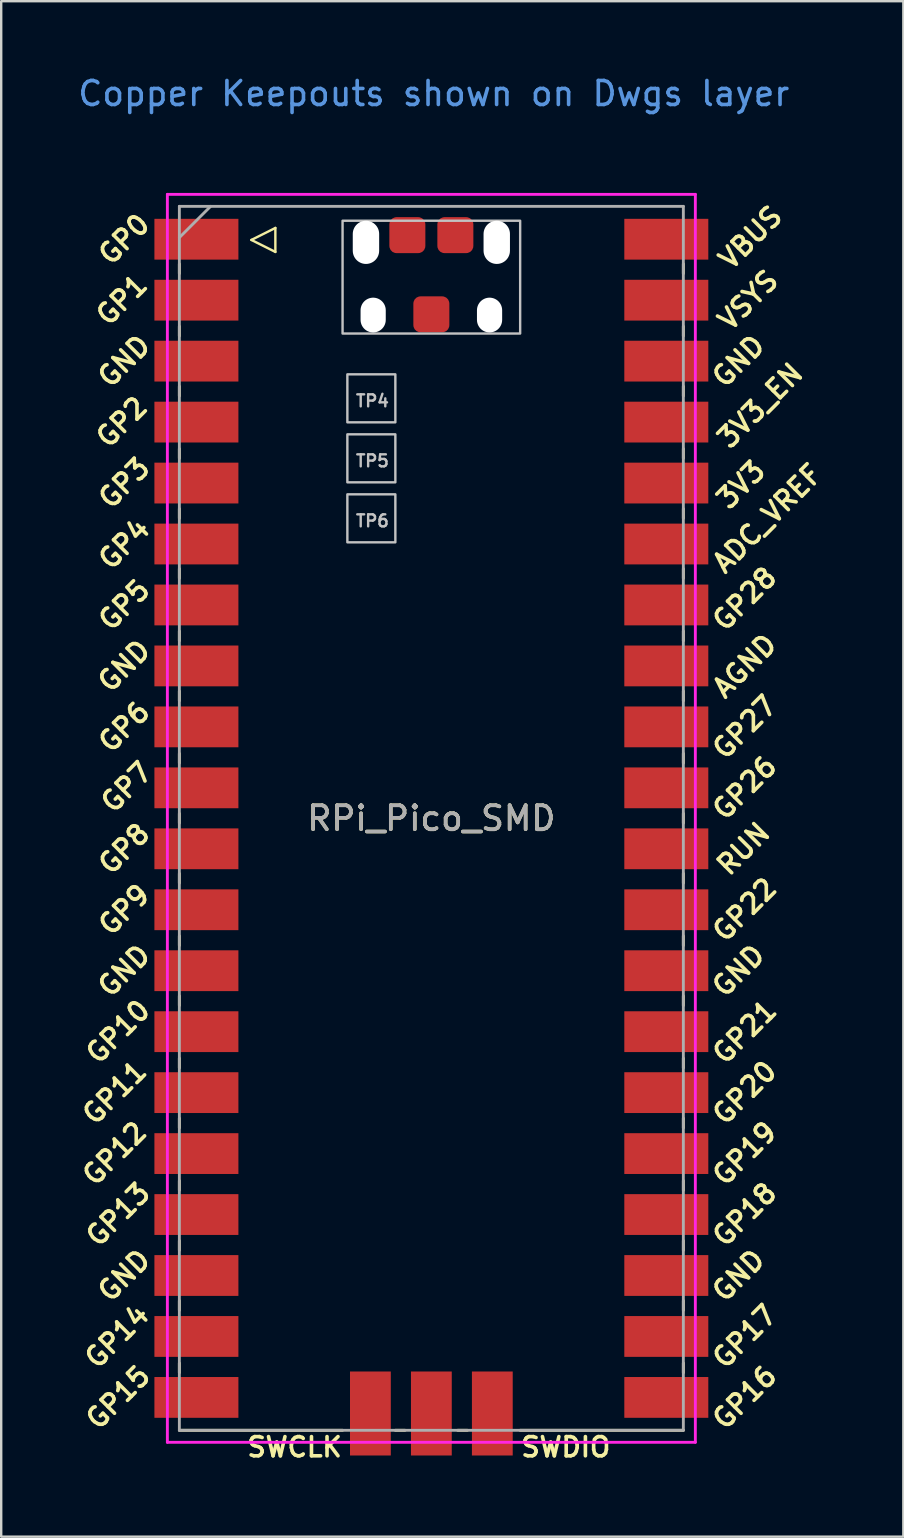
<source format=kicad_pcb>
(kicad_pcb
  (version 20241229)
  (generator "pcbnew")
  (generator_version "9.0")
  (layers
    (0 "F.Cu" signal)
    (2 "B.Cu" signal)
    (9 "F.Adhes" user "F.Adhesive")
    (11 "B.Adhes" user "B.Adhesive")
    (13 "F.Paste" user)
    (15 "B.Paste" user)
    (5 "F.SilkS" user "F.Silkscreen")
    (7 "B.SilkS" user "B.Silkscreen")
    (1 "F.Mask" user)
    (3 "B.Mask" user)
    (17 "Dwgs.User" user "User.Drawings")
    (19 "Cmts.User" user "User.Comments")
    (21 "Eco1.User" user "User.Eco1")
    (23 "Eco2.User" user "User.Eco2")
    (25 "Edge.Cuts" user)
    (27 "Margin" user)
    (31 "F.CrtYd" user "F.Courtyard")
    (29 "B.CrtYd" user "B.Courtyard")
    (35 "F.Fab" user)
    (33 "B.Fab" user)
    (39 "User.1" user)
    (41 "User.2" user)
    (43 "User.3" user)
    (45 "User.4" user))
  (footprint "RPi_Pico_SMD"
    (layer "F.Cu")
    (at 14.924 31.048)
    (property "Reference" "RPi_Pico_SMD" (at 0 0 0) (layer "F.SilkS") (effects (font (size 1 1) (thickness 0.15))))
    (fp_line (start -10.5 -23.1) (end -10.5 -22.7) (stroke (width 0.12) (type solid)) (layer "F.SilkS"))
    (fp_line (start -10.5 -20.5) (end -10.5 -20.1) (stroke (width 0.12) (type solid)) (layer "F.SilkS"))
    (fp_line (start -10.5 -18) (end -10.5 -17.6) (stroke (width 0.12) (type solid)) (layer "F.SilkS"))
    (fp_line (start -10.5 -15.4) (end -10.5 -15) (stroke (width 0.12) (type solid)) (layer "F.SilkS"))
    (fp_line (start -10.5 -12.9) (end -10.5 -12.5) (stroke (width 0.12) (type solid)) (layer "F.SilkS"))
    (fp_line (start -10.5 -10.4) (end -10.5 -10) (stroke (width 0.12) (type solid)) (layer "F.SilkS"))
    (fp_line (start -10.5 -7.8) (end -10.5 -7.4) (stroke (width 0.12) (type solid)) (layer "F.SilkS"))
    (fp_line (start -10.5 -5.3) (end -10.5 -4.9) (stroke (width 0.12) (type solid)) (layer "F.SilkS"))
    (fp_line (start -10.5 -2.7) (end -10.5 -2.3) (stroke (width 0.12) (type solid)) (layer "F.SilkS"))
    (fp_line (start -10.5 -0.2) (end -10.5 0.2) (stroke (width 0.12) (type solid)) (layer "F.SilkS"))
    (fp_line (start -10.5 2.3) (end -10.5 2.7) (stroke (width 0.12) (type solid)) (layer "F.SilkS"))
    (fp_line (start -10.5 4.9) (end -10.5 5.3) (stroke (width 0.12) (type solid)) (layer "F.SilkS"))
    (fp_line (start -10.5 7.4) (end -10.5 7.8) (stroke (width 0.12) (type solid)) (layer "F.SilkS"))
    (fp_line (start -10.5 10) (end -10.5 10.4) (stroke (width 0.12) (type solid)) (layer "F.SilkS"))
    (fp_line (start -10.5 12.5) (end -10.5 12.9) (stroke (width 0.12) (type solid)) (layer "F.SilkS"))
    (fp_line (start -10.5 15.1) (end -10.5 15.5) (stroke (width 0.12) (type solid)) (layer "F.SilkS"))
    (fp_line (start -10.5 17.6) (end -10.5 18) (stroke (width 0.12) (type solid)) (layer "F.SilkS"))
    (fp_line (start -10.5 20.1) (end -10.5 20.5) (stroke (width 0.12) (type solid)) (layer "F.SilkS"))
    (fp_line (start -10.5 22.7) (end -10.5 23.1) (stroke (width 0.12) (type solid)) (layer "F.SilkS"))
    (fp_line (start -7.5 -24.1) (end -6.5 -23.6) (stroke (width 0.1) (type default)) (layer "F.SilkS"))
    (fp_line (start -6.5 -24.6) (end -7.5 -24.1) (stroke (width 0.1) (type default)) (layer "F.SilkS"))
    (fp_line (start -6.5 -23.6) (end -6.5 -24.6) (stroke (width 0.1) (type default)) (layer "F.SilkS"))
    (fp_line (start -3.7 25.5) (end -10.5 25.5) (stroke (width 0.12) (type solid)) (layer "F.SilkS"))
    (fp_line (start -1.5 25.5) (end -1.1 25.5) (stroke (width 0.12) (type solid)) (layer "F.SilkS"))
    (fp_line (start 1.1 25.5) (end 1.5 25.5) (stroke (width 0.12) (type solid)) (layer "F.SilkS"))
    (fp_line (start 10.5 -23.1) (end 10.5 -22.7) (stroke (width 0.12) (type solid)) (layer "F.SilkS"))
    (fp_line (start 10.5 -20.5) (end 10.5 -20.1) (stroke (width 0.12) (type solid)) (layer "F.SilkS"))
    (fp_line (start 10.5 -18) (end 10.5 -17.6) (stroke (width 0.12) (type solid)) (layer "F.SilkS"))
    (fp_line (start 10.5 -15.4) (end 10.5 -15) (stroke (width 0.12) (type solid)) (layer "F.SilkS"))
    (fp_line (start 10.5 -12.9) (end 10.5 -12.5) (stroke (width 0.12) (type solid)) (layer "F.SilkS"))
    (fp_line (start 10.5 -10.4) (end 10.5 -10) (stroke (width 0.12) (type solid)) (layer "F.SilkS"))
    (fp_line (start 10.5 -7.8) (end 10.5 -7.4) (stroke (width 0.12) (type solid)) (layer "F.SilkS"))
    (fp_line (start 10.5 -5.3) (end 10.5 -4.9) (stroke (width 0.12) (type solid)) (layer "F.SilkS"))
    (fp_line (start 10.5 -2.7) (end 10.5 -2.3) (stroke (width 0.12) (type solid)) (layer "F.SilkS"))
    (fp_line (start 10.5 -0.2) (end 10.5 0.2) (stroke (width 0.12) (type solid)) (layer "F.SilkS"))
    (fp_line (start 10.5 2.3) (end 10.5 2.7) (stroke (width 0.12) (type solid)) (layer "F.SilkS"))
    (fp_line (start 10.5 4.9) (end 10.5 5.3) (stroke (width 0.12) (type solid)) (layer "F.SilkS"))
    (fp_line (start 10.5 7.4) (end 10.5 7.8) (stroke (width 0.12) (type solid)) (layer "F.SilkS"))
    (fp_line (start 10.5 10) (end 10.5 10.4) (stroke (width 0.12) (type solid)) (layer "F.SilkS"))
    (fp_line (start 10.5 12.5) (end 10.5 12.9) (stroke (width 0.12) (type solid)) (layer "F.SilkS"))
    (fp_line (start 10.5 15.1) (end 10.5 15.5) (stroke (width 0.12) (type solid)) (layer "F.SilkS"))
    (fp_line (start 10.5 17.6) (end 10.5 18) (stroke (width 0.12) (type solid)) (layer "F.SilkS"))
    (fp_line (start 10.5 20.1) (end 10.5 20.5) (stroke (width 0.12) (type solid)) (layer "F.SilkS"))
    (fp_line (start 10.5 22.7) (end 10.5 23.1) (stroke (width 0.12) (type solid)) (layer "F.SilkS"))
    (fp_line (start 10.5 25.5) (end 3.7 25.5) (stroke (width 0.12) (type solid)) (layer "F.SilkS"))
    (fp_poly (pts (xy -1.5 -16.5) (xy -3.5 -16.5) (xy -3.5 -18.5) (xy -1.5 -18.5)) (stroke (width 0.1) (type solid)) (fill no) (layer "Dwgs.User"))
    (fp_poly (pts (xy -1.5 -14) (xy -3.5 -14) (xy -3.5 -16) (xy -1.5 -16)) (stroke (width 0.1) (type solid)) (fill no) (layer "Dwgs.User"))
    (fp_poly (pts (xy -1.5 -11.5) (xy -3.5 -11.5) (xy -3.5 -13.5) (xy -1.5 -13.5)) (stroke (width 0.1) (type solid)) (fill no) (layer "Dwgs.User"))
    (fp_poly (pts (xy 3.7 -20.2) (xy -3.7 -20.2) (xy -3.7 -24.9) (xy 3.7 -24.9)) (stroke (width 0.1) (type solid)) (fill no) (layer "Dwgs.User"))
    (fp_line (start -11 -26) (end 11 -26) (stroke (width 0.12) (type solid)) (layer "F.CrtYd"))
    (fp_line (start -11 26) (end -11 -26) (stroke (width 0.12) (type solid)) (layer "F.CrtYd"))
    (fp_line (start 11 -26) (end 11 26) (stroke (width 0.12) (type solid)) (layer "F.CrtYd"))
    (fp_line (start 11 26) (end -11 26) (stroke (width 0.12) (type solid)) (layer "F.CrtYd"))
    (fp_line (start -10.5 -25.5) (end 10.5 -25.5) (stroke (width 0.12) (type solid)) (layer "F.Fab"))
    (fp_line (start -10.5 -24.2) (end -9.2 -25.5) (stroke (width 0.12) (type solid)) (layer "F.Fab"))
    (fp_line (start -10.5 25.5) (end -10.5 -25.5) (stroke (width 0.12) (type solid)) (layer "F.Fab"))
    (fp_line (start 10.5 -25.5) (end 10.5 25.5) (stroke (width 0.12) (type solid)) (layer "F.Fab"))
    (fp_line (start 10.5 25.5) (end -10.5 25.5) (stroke (width 0.12) (type solid)) (layer "F.Fab"))
    (fp_text user "GP10" (at -13.054 8.89 45) (layer "F.SilkS") (effects (font (size 0.8 0.8) (thickness 0.15))))
    (fp_text user "GP15" (at -13.054 24.13 45) (layer "F.SilkS") (effects (font (size 0.8 0.8) (thickness 0.15))))
    (fp_text user "GND" (at 12.8 19.05 45) (layer "F.SilkS") (effects (font (size 0.8 0.8) (thickness 0.15))))
    (fp_text user "GP22" (at 13.054 3.81 45) (layer "F.SilkS") (effects (font (size 0.8 0.8) (thickness 0.15))))
    (fp_text user "GND" (at -12.8 6.35 45) (layer "F.SilkS") (effects (font (size 0.8 0.8) (thickness 0.15))))
    (fp_text user "GND" (at -12.8 19.05 45) (layer "F.SilkS") (effects (font (size 0.8 0.8) (thickness 0.15))))
    (fp_text user "SWDIO" (at 5.6 26.2 0) (layer "F.SilkS") (effects (font (size 0.8 0.8) (thickness 0.15))))
    (fp_text user "GP9" (at -12.8 3.81 45) (layer "F.SilkS") (effects (font (size 0.8 0.8) (thickness 0.15))))
    (fp_text user "GP26" (at 13.054 -1.27 45) (layer "F.SilkS") (effects (font (size 0.8 0.8) (thickness 0.15))))
    (fp_text user "GP28" (at 13.054 -9.144 45) (layer "F.SilkS") (effects (font (size 0.8 0.8) (thickness 0.15))))
    (fp_text user "VSYS" (at 13.2 -21.59 45) (layer "F.SilkS") (effects (font (size 0.8 0.8) (thickness 0.15))))
    (fp_text user "GP13" (at -13.054 16.51 45) (layer "F.SilkS") (effects (font (size 0.8 0.8) (thickness 0.15))))
    (fp_text user "GP8" (at -12.8 1.27 45) (layer "F.SilkS") (effects (font (size 0.8 0.8) (thickness 0.15))))
    (fp_text user "GND" (at -12.8 -19.05 45) (layer "F.SilkS") (effects (font (size 0.8 0.8) (thickness 0.15))))
    (fp_text user "GP2" (at -12.9 -16.51 45) (layer "F.SilkS") (effects (font (size 0.8 0.8) (thickness 0.15))))
    (fp_text user "GP6" (at -12.8 -3.81 45) (layer "F.SilkS") (effects (font (size 0.8 0.8) (thickness 0.15))))
    (fp_text user "GP5" (at -12.8 -8.89 45) (layer "F.SilkS") (effects (font (size 0.8 0.8) (thickness 0.15))))
    (fp_text user "GND" (at 12.8 6.35 45) (layer "F.SilkS") (effects (font (size 0.8 0.8) (thickness 0.15))))
    (fp_text user "SWCLK" (at -5.7 26.2 0) (layer "F.SilkS") (effects (font (size 0.8 0.8) (thickness 0.15))))
    (fp_text user "GP3" (at -12.8 -13.97 45) (layer "F.SilkS") (effects (font (size 0.8 0.8) (thickness 0.15))))
    (fp_text user "VBUS" (at 13.3 -24.2 45) (layer "F.SilkS") (effects (font (size 0.8 0.8) (thickness 0.15))))
    (fp_text user "GP12" (at -13.2 13.97 45) (layer "F.SilkS") (effects (font (size 0.8 0.8) (thickness 0.15))))
    (fp_text user "GP7" (at -12.7 -1.3 45) (layer "F.SilkS") (effects (font (size 0.8 0.8) (thickness 0.15))))
    (fp_text user "AGND" (at 13.054 -6.35 45) (layer "F.SilkS") (effects (font (size 0.8 0.8) (thickness 0.15))))
    (fp_text user "RUN" (at 13 1.27 45) (layer "F.SilkS") (effects (font (size 0.8 0.8) (thickness 0.15))))
    (fp_text user "3V3" (at 12.9 -13.9 45) (layer "F.SilkS") (effects (font (size 0.8 0.8) (thickness 0.15))))
    (fp_text user "GP4" (at -12.8 -11.43 45) (layer "F.SilkS") (effects (font (size 0.8 0.8) (thickness 0.15))))
    (fp_text user "GP21" (at 13.054 8.9 45) (layer "F.SilkS") (effects (font (size 0.8 0.8) (thickness 0.15))))
    (fp_text user "3V3_EN" (at 13.7 -17.2 45) (layer "F.SilkS") (effects (font (size 0.8 0.8) (thickness 0.15))))
    (fp_text user "GP20" (at 13.054 11.43 45) (layer "F.SilkS") (effects (font (size 0.8 0.8) (thickness 0.15))))
    (fp_text user "GP17" (at 13.054 21.59 45) (layer "F.SilkS") (effects (font (size 0.8 0.8) (thickness 0.15))))
    (fp_text user "GP1" (at -12.9 -21.6 45) (layer "F.SilkS") (effects (font (size 0.8 0.8) (thickness 0.15))))
    (fp_text user "GP18" (at 13.054 16.51 45) (layer "F.SilkS") (effects (font (size 0.8 0.8) (thickness 0.15))))
    (fp_text user "ADC_VREF" (at 14 -12.5 45) (layer "F.SilkS") (effects (font (size 0.8 0.8) (thickness 0.15))))
    (fp_text user "GP14" (at -13.1 21.59 45) (layer "F.SilkS") (effects (font (size 0.8 0.8) (thickness 0.15))))
    (fp_text user "GP16" (at 13.054 24.13 45) (layer "F.SilkS") (effects (font (size 0.8 0.8) (thickness 0.15))))
    (fp_text user "GP0" (at -12.8 -24.13 45) (layer "F.SilkS") (effects (font (size 0.8 0.8) (thickness 0.15))))
    (fp_text user "GND" (at 12.8 -19.05 45) (layer "F.SilkS") (effects (font (size 0.8 0.8) (thickness 0.15))))
    (fp_text user "GP19" (at 13.054 13.97 45) (layer "F.SilkS") (effects (font (size 0.8 0.8) (thickness 0.15))))
    (fp_text user "GP11" (at -13.2 11.43 45) (layer "F.SilkS") (effects (font (size 0.8 0.8) (thickness 0.15))))
    (fp_text user "GND" (at -12.8 -6.35 45) (layer "F.SilkS") (effects (font (size 0.8 0.8) (thickness 0.15))))
    (fp_text user "GP27" (at 13.054 -3.8 45) (layer "F.SilkS") (effects (font (size 0.8 0.8) (thickness 0.15))))
    (fp_text user "TP4" (at -3.2 -17.1 0) (unlocked yes) (layer "Dwgs.User") (effects (font (size 0.5 0.5) (thickness 0.1) (bold yes)) (justify left bottom)))
    (fp_text user "TP6" (at -3.2 -12.1 0) (unlocked yes) (layer "Dwgs.User") (effects (font (size 0.5 0.5) (thickness 0.1) (bold yes)) (justify left bottom)))
    (fp_text user "TP5" (at -3.2 -14.6 0) (unlocked yes) (layer "Dwgs.User") (effects (font (size 0.5 0.5) (thickness 0.1) (bold yes)) (justify left bottom)))
    (fp_text user "Copper Keepouts shown on Dwgs layer" (at 0.1 -30.2 0) (layer "Cmts.User") (effects (font (size 1 1) (thickness 0.15))))
    (fp_text user "${REFERENCE}" (at 0 0 180) (layer "F.Fab") (effects (font (size 1 1) (thickness 0.15))))
    (pad "" np_thru_hole oval (at -2.725 -24) (size 1.1 1.8) (drill oval 1.2 1.9) (layers "*.Cu" "*.Mask"))
    (pad "" np_thru_hole oval (at -2.425 -20.97) (size 1.05 1.45) (drill oval 1.15 1.55) (layers "*.Cu" "*.Mask"))
    (pad "" np_thru_hole oval (at 2.425 -20.97) (size 1.05 1.45) (drill oval 1.15 1.55) (layers "*.Cu" "*.Mask"))
    (pad "" np_thru_hole oval (at 2.725 -24) (size 1.1 1.8) (drill oval 1.2 1.9) (layers "*.Cu" "*.Mask"))
    (pad "1" smd rect (at -8.89 -24.13) (size 3.5 1.7) (drill (offset -0.9 0)) (layers "F.Cu" "F.Mask"))
    (pad "2" smd rect (at -8.89 -21.59) (size 3.5 1.7) (drill (offset -0.9 0)) (layers "F.Cu" "F.Mask"))
    (pad "3" smd rect (at -8.89 -19.05) (size 3.5 1.7) (drill (offset -0.9 0)) (layers "F.Cu" "F.Mask"))
    (pad "4" smd rect (at -8.89 -16.51) (size 3.5 1.7) (drill (offset -0.9 0)) (layers "F.Cu" "F.Mask"))
    (pad "5" smd rect (at -8.89 -13.97) (size 3.5 1.7) (drill (offset -0.9 0)) (layers "F.Cu" "F.Mask"))
    (pad "6" smd rect (at -8.89 -11.43) (size 3.5 1.7) (drill (offset -0.9 0)) (layers "F.Cu" "F.Mask"))
    (pad "7" smd rect (at -8.89 -8.89) (size 3.5 1.7) (drill (offset -0.9 0)) (layers "F.Cu" "F.Mask"))
    (pad "8" smd rect (at -8.89 -6.35) (size 3.5 1.7) (drill (offset -0.9 0)) (layers "F.Cu" "F.Mask"))
    (pad "9" smd rect (at -8.89 -3.81) (size 3.5 1.7) (drill (offset -0.9 0)) (layers "F.Cu" "F.Mask"))
    (pad "10" smd rect (at -8.89 -1.27) (size 3.5 1.7) (drill (offset -0.9 0)) (layers "F.Cu" "F.Mask"))
    (pad "11" smd rect (at -8.89 1.27) (size 3.5 1.7) (drill (offset -0.9 0)) (layers "F.Cu" "F.Mask"))
    (pad "12" smd rect (at -8.89 3.81) (size 3.5 1.7) (drill (offset -0.9 0)) (layers "F.Cu" "F.Mask"))
    (pad "13" smd rect (at -8.89 6.35) (size 3.5 1.7) (drill (offset -0.9 0)) (layers "F.Cu" "F.Mask"))
    (pad "14" smd rect (at -8.89 8.89) (size 3.5 1.7) (drill (offset -0.9 0)) (layers "F.Cu" "F.Mask"))
    (pad "15" smd rect (at -8.89 11.43) (size 3.5 1.7) (drill (offset -0.9 0)) (layers "F.Cu" "F.Mask"))
    (pad "16" smd rect (at -8.89 13.97) (size 3.5 1.7) (drill (offset -0.9 0)) (layers "F.Cu" "F.Mask"))
    (pad "17" smd rect (at -8.89 16.51) (size 3.5 1.7) (drill (offset -0.9 0)) (layers "F.Cu" "F.Mask"))
    (pad "18" smd rect (at -8.89 19.05) (size 3.5 1.7) (drill (offset -0.9 0)) (layers "F.Cu" "F.Mask"))
    (pad "19" smd rect (at -8.89 21.59) (size 3.5 1.7) (drill (offset -0.9 0)) (layers "F.Cu" "F.Mask"))
    (pad "20" smd rect (at -8.89 24.13) (size 3.5 1.7) (drill (offset -0.9 0)) (layers "F.Cu" "F.Mask"))
    (pad "21" smd rect (at 8.89 24.13) (size 3.5 1.7) (drill (offset 0.9 0)) (layers "F.Cu" "F.Mask"))
    (pad "22" smd rect (at 8.89 21.59) (size 3.5 1.7) (drill (offset 0.9 0)) (layers "F.Cu" "F.Mask"))
    (pad "23" smd rect (at 8.89 19.05) (size 3.5 1.7) (drill (offset 0.9 0)) (layers "F.Cu" "F.Mask"))
    (pad "24" smd rect (at 8.89 16.51) (size 3.5 1.7) (drill (offset 0.9 0)) (layers "F.Cu" "F.Mask"))
    (pad "25" smd rect (at 8.89 13.97) (size 3.5 1.7) (drill (offset 0.9 0)) (layers "F.Cu" "F.Mask"))
    (pad "26" smd rect (at 8.89 11.43) (size 3.5 1.7) (drill (offset 0.9 0)) (layers "F.Cu" "F.Mask"))
    (pad "27" smd rect (at 8.89 8.89) (size 3.5 1.7) (drill (offset 0.9 0)) (layers "F.Cu" "F.Mask"))
    (pad "28" smd rect (at 8.89 6.35) (size 3.5 1.7) (drill (offset 0.9 0)) (layers "F.Cu" "F.Mask"))
    (pad "29" smd rect (at 8.89 3.81) (size 3.5 1.7) (drill (offset 0.9 0)) (layers "F.Cu" "F.Mask"))
    (pad "30" smd rect (at 8.89 1.27) (size 3.5 1.7) (drill (offset 0.9 0)) (layers "F.Cu" "F.Mask"))
    (pad "31" smd rect (at 8.89 -1.27) (size 3.5 1.7) (drill (offset 0.9 0)) (layers "F.Cu" "F.Mask"))
    (pad "32" smd rect (at 8.89 -3.81) (size 3.5 1.7) (drill (offset 0.9 0)) (layers "F.Cu" "F.Mask"))
    (pad "33" smd rect (at 8.89 -6.35) (size 3.5 1.7) (drill (offset 0.9 0)) (layers "F.Cu" "F.Mask"))
    (pad "34" smd rect (at 8.89 -8.89) (size 3.5 1.7) (drill (offset 0.9 0)) (layers "F.Cu" "F.Mask"))
    (pad "35" smd rect (at 8.89 -11.43) (size 3.5 1.7) (drill (offset 0.9 0)) (layers "F.Cu" "F.Mask"))
    (pad "36" smd rect (at 8.89 -13.97) (size 3.5 1.7) (drill (offset 0.9 0)) (layers "F.Cu" "F.Mask"))
    (pad "37" smd rect (at 8.89 -16.51) (size 3.5 1.7) (drill (offset 0.9 0)) (layers "F.Cu" "F.Mask"))
    (pad "38" smd rect (at 8.89 -19.05) (size 3.5 1.7) (drill (offset 0.9 0)) (layers "F.Cu" "F.Mask"))
    (pad "39" smd rect (at 8.89 -21.59) (size 3.5 1.7) (drill (offset 0.9 0)) (layers "F.Cu" "F.Mask"))
    (pad "40" smd rect (at 8.89 -24.13) (size 3.5 1.7) (drill (offset 0.9 0)) (layers "F.Cu" "F.Mask"))
    (pad "41" smd rect (at -2.54 23.9 90) (size 3.5 1.7) (drill (offset -0.9 0)) (layers "F.Cu" "F.Mask"))
    (pad "42" smd rect (at 0 23.9 90) (size 3.5 1.7) (drill (offset -0.9 0)) (layers "F.Cu" "F.Mask"))
    (pad "43" smd rect (at 2.54 23.9 90) (size 3.5 1.7) (drill (offset -0.9 0)) (layers "F.Cu" "F.Mask"))
    (pad "TP1" smd roundrect (at 0 -21) (size 1.5 1.5) (layers "F.Cu" "F.Mask" "F.Paste") (roundrect_rratio 0.2))
    (pad "TP2" smd roundrect (at 1 -24.3) (size 1.5 1.5) (layers "F.Cu" "F.Mask" "F.Paste") (roundrect_rratio 0.2))
    (pad "TP3" smd roundrect (at -1 -24.3) (size 1.5 1.5) (layers "F.Cu" "F.Mask" "F.Paste") (roundrect_rratio 0.2)))
  (gr_rect
    (start -3 -3)
    (end 34.591 60.98)
    (stroke (width 0.1) (type default))
    (fill no)
    (layer "Edge.Cuts")))
</source>
